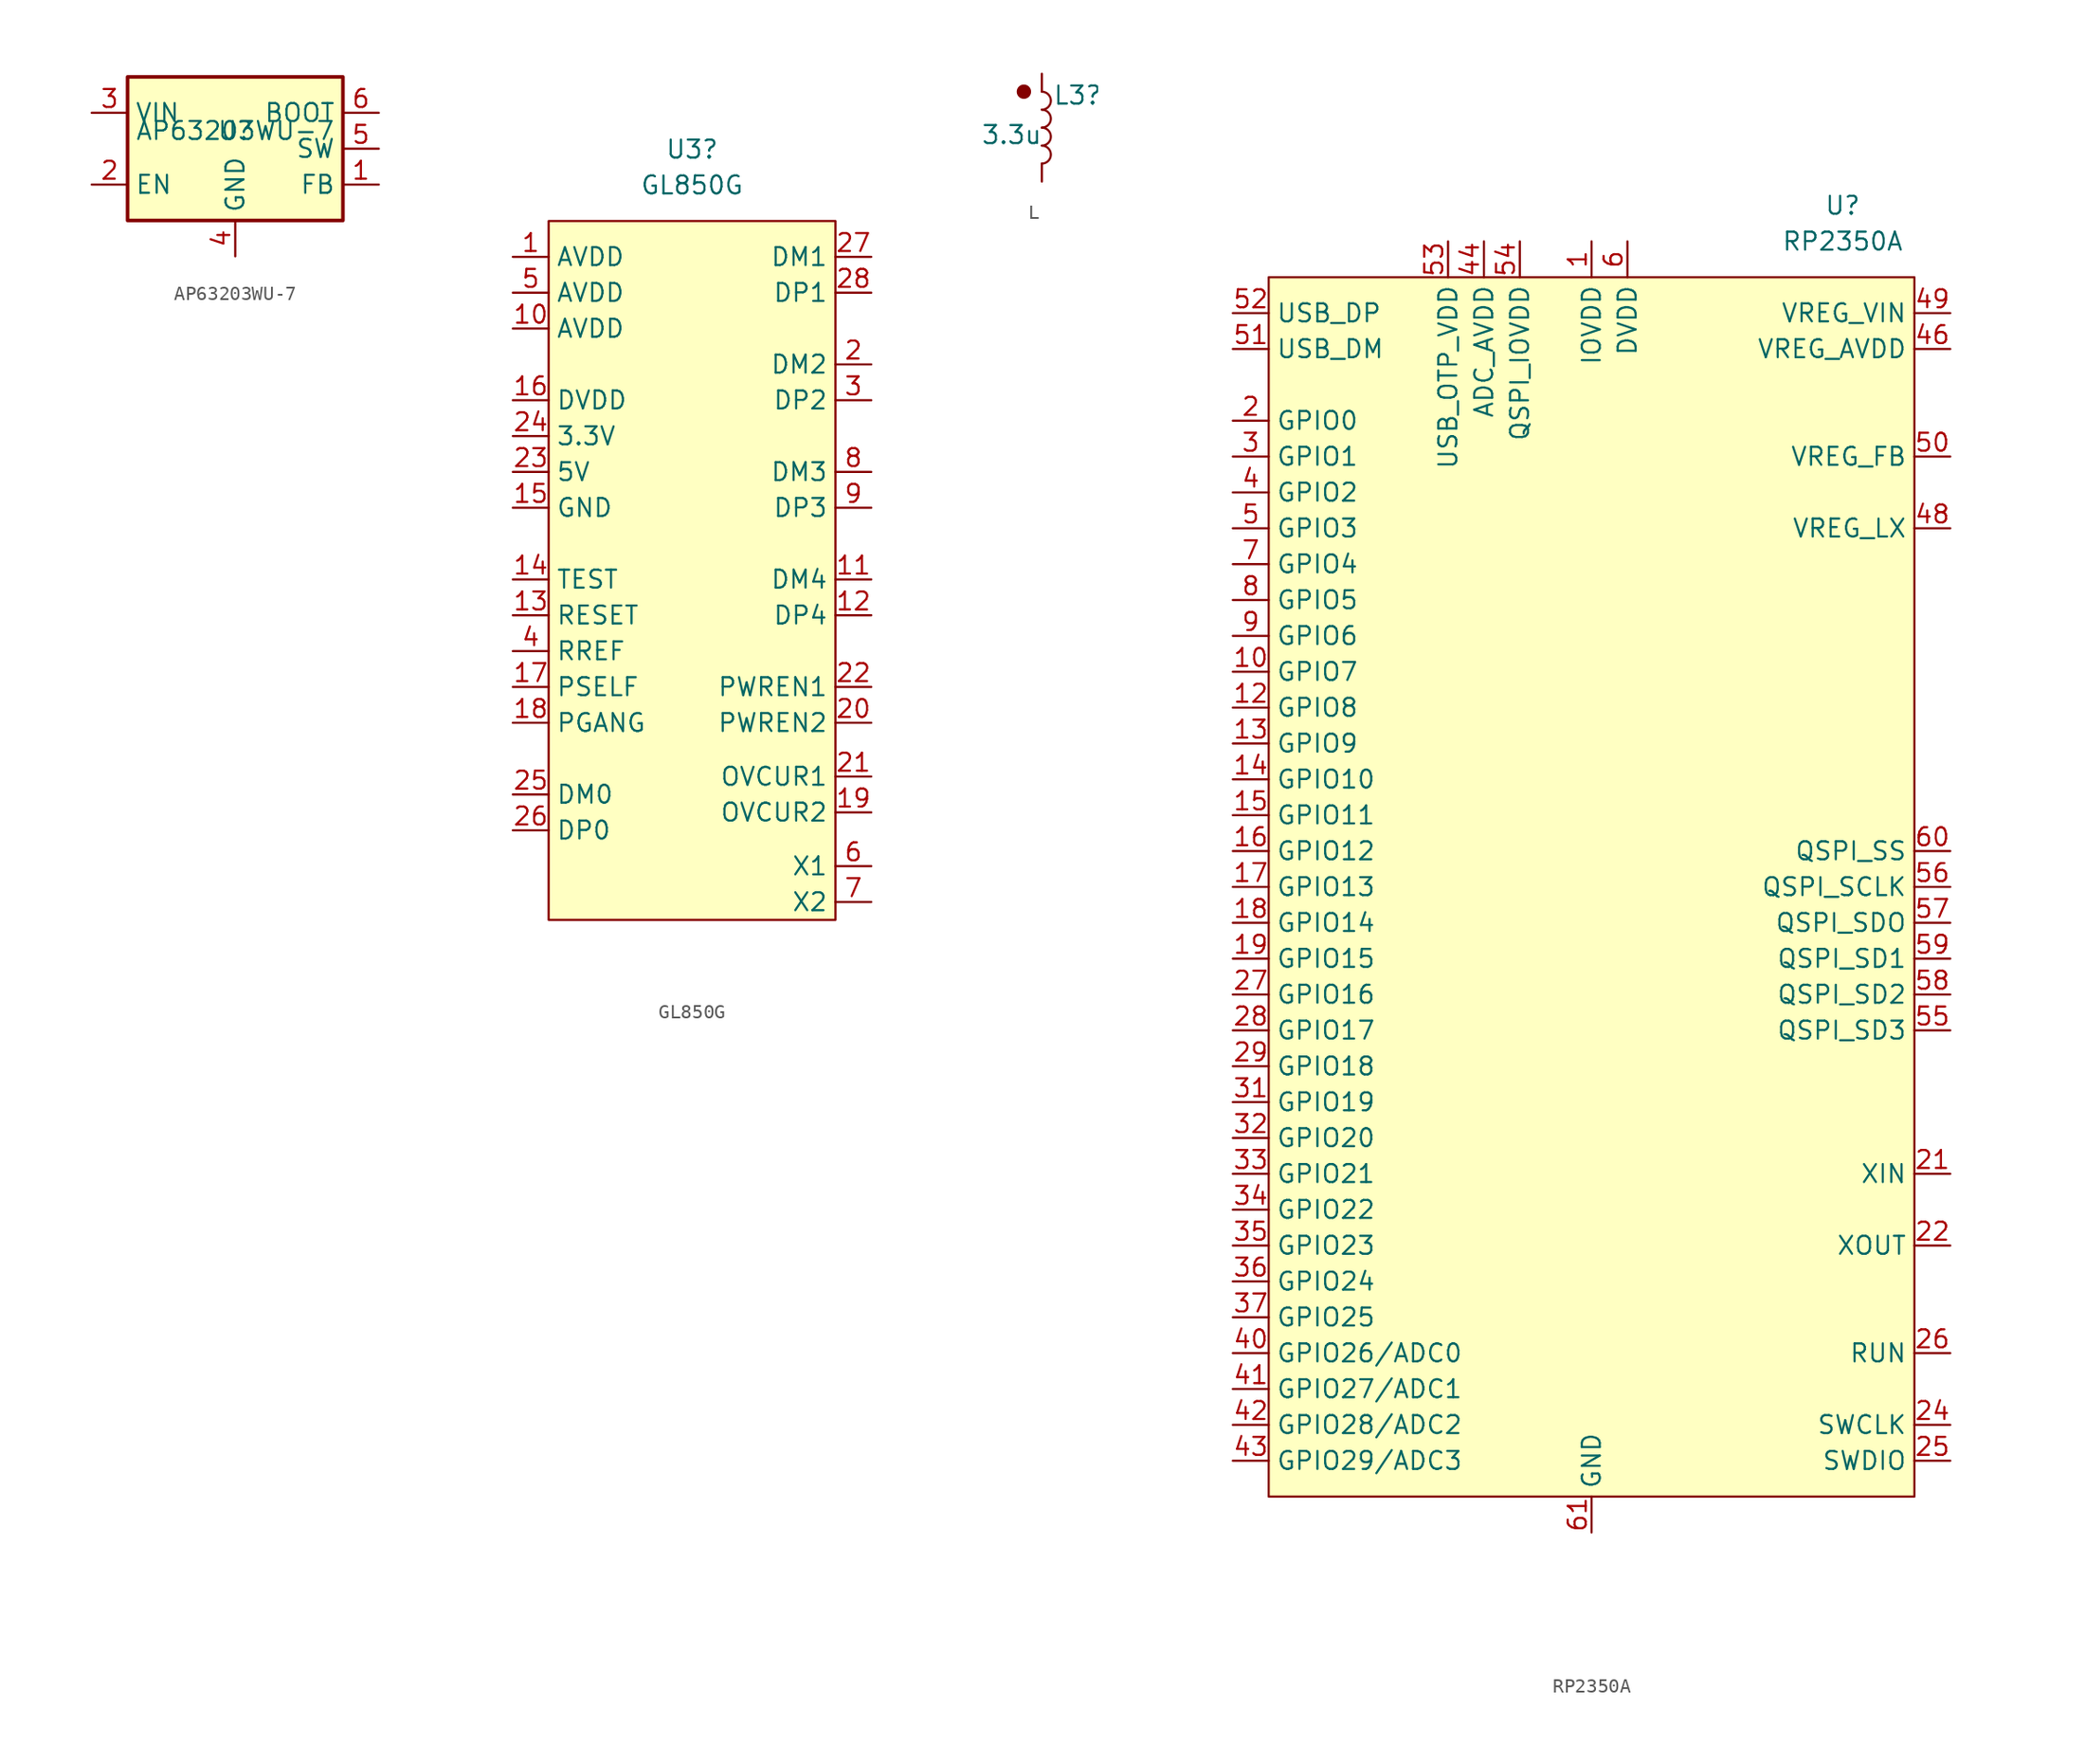
<source format=kicad_sym>
(kicad_symbol_lib
  (version 20241209)
  (generator "kicad_symbol_editor")
  (generator_version "9.0")
  (symbol "AP63203WU-7"
    (property "Reference" "U"
      (at 0 0 0)
      (effects (font (size 1.27 1.27))))
    (property "Value" "AP63203WU-7"
      (at 0 0 0)
      (effects (font (size 1.27 1.27))))
    (symbol "AP63203WU-7_0_1"
      (rectangle (start -7.62 3.81) (end 7.62 -6.35) (stroke (width 0.254) (type default)) (fill (type background))))
    (symbol "AP63203WU-7_1_1"
      (pin power_in line (at -10.16 1.27 0) (length 2.54) (name "VIN" (effects (font (size 1.27 1.27)))) (number "3" (effects (font (size 1.27 1.27)))))
      (pin input line (at -10.16 -3.81 0) (length 2.54) (name "EN" (effects (font (size 1.27 1.27)))) (number "2" (effects (font (size 1.27 1.27)))))
      (pin power_in line (at 0 -8.89 90) (length 2.54) (name "GND" (effects (font (size 1.27 1.27)))) (number "4" (effects (font (size 1.27 1.27)))))
      (pin passive line (at 10.16 1.27 180) (length 2.54) (name "BOOT" (effects (font (size 1.27 1.27)))) (number "6" (effects (font (size 1.27 1.27)))))
      (pin power_out line (at 10.16 -1.27 180) (length 2.54) (name "SW" (effects (font (size 1.27 1.27)))) (number "5" (effects (font (size 1.27 1.27)))))
      (pin input line (at 10.16 -3.81 180) (length 2.54) (name "FB" (effects (font (size 1.27 1.27)))) (number "1" (effects (font (size 1.27 1.27)))))))
  (symbol "GL850G"
    (property "Reference" "U3"
      (at 0 29.21 0)
      (effects (font (size 1.27 1.27))))
    (property "Value" "GL850G"
      (at 0 26.67 0)
      (effects (font (size 1.27 1.27))))
    (property "Description" ""
      (at 0 0 0)
      (effects (font (size 1.27 1.27))))
    (symbol "GL850G_1_1"
      (rectangle (start -10.16 24.13) (end 10.16 -25.4) (stroke (width 0) (type default)) (fill (type background)))
      (pin input line (at -12.7 21.59 0) (length 2.54) (name "AVDD" (effects (font (size 1.27 1.27)))) (number "1" (effects (font (size 1.27 1.27)))))
      (pin input line (at -12.7 19.05 0) (length 2.54) (name "AVDD" (effects (font (size 1.27 1.27)))) (number "5" (effects (font (size 1.27 1.27)))))
      (pin input line (at -12.7 16.51 0) (length 2.54) (name "AVDD" (effects (font (size 1.27 1.27)))) (number "10" (effects (font (size 1.27 1.27)))))
      (pin input line (at -12.7 11.43 0) (length 2.54) (name "DVDD" (effects (font (size 1.27 1.27)))) (number "16" (effects (font (size 1.27 1.27)))))
      (pin input line (at -12.7 8.89 0) (length 2.54) (name "3.3V" (effects (font (size 1.27 1.27)))) (number "24" (effects (font (size 1.27 1.27)))))
      (pin input line (at -12.7 6.35 0) (length 2.54) (name "5V" (effects (font (size 1.27 1.27)))) (number "23" (effects (font (size 1.27 1.27)))))
      (pin input line (at -12.7 3.81 0) (length 2.54) (name "GND" (effects (font (size 1.27 1.27)))) (number "15" (effects (font (size 1.27 1.27)))))
      (pin input line (at -12.7 -1.27 0) (length 2.54) (name "TEST" (effects (font (size 1.27 1.27)))) (number "14" (effects (font (size 1.27 1.27)))))
      (pin input line (at -12.7 -3.81 0) (length 2.54) (name "RESET" (effects (font (size 1.27 1.27)))) (number "13" (effects (font (size 1.27 1.27)))))
      (pin input line (at -12.7 -6.35 0) (length 2.54) (name "RREF" (effects (font (size 1.27 1.27)))) (number "4" (effects (font (size 1.27 1.27)))))
      (pin input line (at -12.7 -8.89 0) (length 2.54) (name "PSELF" (effects (font (size 1.27 1.27)))) (number "17" (effects (font (size 1.27 1.27)))))
      (pin input line (at -12.7 -11.43 0) (length 2.54) (name "PGANG" (effects (font (size 1.27 1.27)))) (number "18" (effects (font (size 1.27 1.27)))))
      (pin input line (at -12.7 -16.51 0) (length 2.54) (name "DM0" (effects (font (size 1.27 1.27)))) (number "25" (effects (font (size 1.27 1.27)))))
      (pin input line (at -12.7 -19.05 0) (length 2.54) (name "DP0" (effects (font (size 1.27 1.27)))) (number "26" (effects (font (size 1.27 1.27)))))
      (pin input line (at 12.7 21.59 180) (length 2.54) (name "DM1" (effects (font (size 1.27 1.27)))) (number "27" (effects (font (size 1.27 1.27)))))
      (pin input line (at 12.7 19.05 180) (length 2.54) (name "DP1" (effects (font (size 1.27 1.27)))) (number "28" (effects (font (size 1.27 1.27)))))
      (pin input line (at 12.7 13.97 180) (length 2.54) (name "DM2" (effects (font (size 1.27 1.27)))) (number "2" (effects (font (size 1.27 1.27)))))
      (pin input line (at 12.7 11.43 180) (length 2.54) (name "DP2" (effects (font (size 1.27 1.27)))) (number "3" (effects (font (size 1.27 1.27)))))
      (pin input line (at 12.7 6.35 180) (length 2.54) (name "DM3" (effects (font (size 1.27 1.27)))) (number "8" (effects (font (size 1.27 1.27)))))
      (pin input line (at 12.7 3.81 180) (length 2.54) (name "DP3" (effects (font (size 1.27 1.27)))) (number "9" (effects (font (size 1.27 1.27)))))
      (pin input line (at 12.7 -1.27 180) (length 2.54) (name "DM4" (effects (font (size 1.27 1.27)))) (number "11" (effects (font (size 1.27 1.27)))))
      (pin input line (at 12.7 -3.81 180) (length 2.54) (name "DP4" (effects (font (size 1.27 1.27)))) (number "12" (effects (font (size 1.27 1.27)))))
      (pin input line (at 12.7 -8.89 180) (length 2.54) (name "PWREN1" (effects (font (size 1.27 1.27)))) (number "22" (effects (font (size 1.27 1.27)))))
      (pin input line (at 12.7 -11.43 180) (length 2.54) (name "PWREN2" (effects (font (size 1.27 1.27)))) (number "20" (effects (font (size 1.27 1.27)))))
      (pin input line (at 12.7 -15.24 180) (length 2.54) (name "OVCUR1" (effects (font (size 1.27 1.27)))) (number "21" (effects (font (size 1.27 1.27)))))
      (pin input line (at 12.7 -17.78 180) (length 2.54) (name "OVCUR2" (effects (font (size 1.27 1.27)))) (number "19" (effects (font (size 1.27 1.27)))))
      (pin input line (at 12.7 -21.59 180) (length 2.54) (name "X1" (effects (font (size 1.27 1.27)))) (number "6" (effects (font (size 1.27 1.27)))))
      (pin input line (at 12.7 -24.13 180) (length 2.54) (name "X2" (effects (font (size 1.27 1.27)))) (number "7" (effects (font (size 1.27 1.27)))))))
  (symbol "L"
    (pin_numbers
      (hide yes))
    (pin_names
      (offset 1.016)
      (hide yes))
    (property "Reference" "L3"
      (at 0.762 2.286 0)
      (effects (font (size 1.27 1.27)) (justify left)))
    (property "Value" "3.3u"
      (at -4.318 -0.508 0)
      (effects (font (size 1.27 1.27)) (justify left)))
    (symbol "L_0_1"
      (circle (center -1.27 2.54) (radius 0.254) (stroke (width 0.508) (type default)) (fill (type none)))
      (arc (start 0 2.54) (mid 0.6323 1.905) (end 0 1.27) (stroke (width 0) (type default)) (fill (type none)))
      (arc (start 0 1.27) (mid 0.6323 0.635) (end 0 0) (stroke (width 0) (type default)) (fill (type none)))
      (arc (start 0 0) (mid 0.6323 -0.635) (end 0 -1.27) (stroke (width 0) (type default)) (fill (type none)))
      (arc (start 0 -1.27) (mid 0.6323 -1.905) (end 0 -2.54) (stroke (width 0) (type default)) (fill (type none))))
    (symbol "L_1_1"
      (pin passive line (at 0 3.81 270) (length 1.27) (name "1" (effects (font (size 1.27 1.27)))) (number "1" (effects (font (size 1.27 1.27)))))
      (pin passive line (at 0 -3.81 90) (length 1.27) (name "2" (effects (font (size 1.27 1.27)))) (number "2" (effects (font (size 1.27 1.27)))))))
  (symbol "RP2350A"
    (property "Reference" "U"
      (at 17.78 48.26 0)
      (effects (font (size 1.27 1.27))))
    (property "Value" "RP2350A"
      (at 17.78 45.72 0)
      (effects (font (size 1.27 1.27))))
    (symbol "RP2350A_0_0"
      (pin bidirectional line (at -25.4 40.64 0) (length 2.54) (name "USB_DP" (effects (font (size 1.27 1.27)))) (number "52" (effects (font (size 1.27 1.27)))))
      (pin bidirectional line (at -25.4 38.1 0) (length 2.54) (name "USB_DM" (effects (font (size 1.27 1.27)))) (number "51" (effects (font (size 1.27 1.27)))))
      (pin bidirectional line (at -25.4 33.02 0) (length 2.54) (name "GPIO0" (effects (font (size 1.27 1.27)))) (number "2" (effects (font (size 1.27 1.27)))))
      (pin bidirectional line (at -25.4 30.48 0) (length 2.54) (name "GPIO1" (effects (font (size 1.27 1.27)))) (number "3" (effects (font (size 1.27 1.27)))))
      (pin bidirectional line (at -25.4 27.94 0) (length 2.54) (name "GPIO2" (effects (font (size 1.27 1.27)))) (number "4" (effects (font (size 1.27 1.27)))))
      (pin bidirectional line (at -25.4 25.4 0) (length 2.54) (name "GPIO3" (effects (font (size 1.27 1.27)))) (number "5" (effects (font (size 1.27 1.27)))))
      (pin bidirectional line (at -25.4 22.86 0) (length 2.54) (name "GPIO4" (effects (font (size 1.27 1.27)))) (number "7" (effects (font (size 1.27 1.27)))))
      (pin bidirectional line (at -25.4 20.32 0) (length 2.54) (name "GPIO5" (effects (font (size 1.27 1.27)))) (number "8" (effects (font (size 1.27 1.27)))))
      (pin bidirectional line (at -25.4 17.78 0) (length 2.54) (name "GPIO6" (effects (font (size 1.27 1.27)))) (number "9" (effects (font (size 1.27 1.27)))))
      (pin bidirectional line (at -25.4 15.24 0) (length 2.54) (name "GPIO7" (effects (font (size 1.27 1.27)))) (number "10" (effects (font (size 1.27 1.27)))))
      (pin bidirectional line (at -25.4 12.7 0) (length 2.54) (name "GPIO8" (effects (font (size 1.27 1.27)))) (number "12" (effects (font (size 1.27 1.27)))))
      (pin bidirectional line (at -25.4 10.16 0) (length 2.54) (name "GPIO9" (effects (font (size 1.27 1.27)))) (number "13" (effects (font (size 1.27 1.27)))))
      (pin bidirectional line (at -25.4 7.62 0) (length 2.54) (name "GPIO10" (effects (font (size 1.27 1.27)))) (number "14" (effects (font (size 1.27 1.27)))))
      (pin bidirectional line (at -25.4 5.08 0) (length 2.54) (name "GPIO11" (effects (font (size 1.27 1.27)))) (number "15" (effects (font (size 1.27 1.27)))))
      (pin bidirectional line (at -25.4 2.54 0) (length 2.54) (name "GPIO12" (effects (font (size 1.27 1.27)))) (number "16" (effects (font (size 1.27 1.27)))))
      (pin bidirectional line (at -25.4 0 0) (length 2.54) (name "GPIO13" (effects (font (size 1.27 1.27)))) (number "17" (effects (font (size 1.27 1.27)))))
      (pin bidirectional line (at -25.4 -2.54 0) (length 2.54) (name "GPIO14" (effects (font (size 1.27 1.27)))) (number "18" (effects (font (size 1.27 1.27)))))
      (pin bidirectional line (at -25.4 -5.08 0) (length 2.54) (name "GPIO15" (effects (font (size 1.27 1.27)))) (number "19" (effects (font (size 1.27 1.27)))))
      (pin bidirectional line (at -25.4 -7.62 0) (length 2.54) (name "GPIO16" (effects (font (size 1.27 1.27)))) (number "27" (effects (font (size 1.27 1.27)))))
      (pin bidirectional line (at -25.4 -10.16 0) (length 2.54) (name "GPIO17" (effects (font (size 1.27 1.27)))) (number "28" (effects (font (size 1.27 1.27)))))
      (pin bidirectional line (at -25.4 -12.7 0) (length 2.54) (name "GPIO18" (effects (font (size 1.27 1.27)))) (number "29" (effects (font (size 1.27 1.27)))))
      (pin bidirectional line (at -25.4 -15.24 0) (length 2.54) (name "GPIO19" (effects (font (size 1.27 1.27)))) (number "31" (effects (font (size 1.27 1.27)))))
      (pin bidirectional line (at -25.4 -17.78 0) (length 2.54) (name "GPIO20" (effects (font (size 1.27 1.27)))) (number "32" (effects (font (size 1.27 1.27)))))
      (pin bidirectional line (at -25.4 -20.32 0) (length 2.54) (name "GPIO21" (effects (font (size 1.27 1.27)))) (number "33" (effects (font (size 1.27 1.27)))))
      (pin bidirectional line (at -25.4 -22.86 0) (length 2.54) (name "GPIO22" (effects (font (size 1.27 1.27)))) (number "34" (effects (font (size 1.27 1.27)))))
      (pin bidirectional line (at -25.4 -25.4 0) (length 2.54) (name "GPIO23" (effects (font (size 1.27 1.27)))) (number "35" (effects (font (size 1.27 1.27)))))
      (pin bidirectional line (at -25.4 -27.94 0) (length 2.54) (name "GPIO24" (effects (font (size 1.27 1.27)))) (number "36" (effects (font (size 1.27 1.27)))))
      (pin bidirectional line (at -25.4 -30.48 0) (length 2.54) (name "GPIO25" (effects (font (size 1.27 1.27)))) (number "37" (effects (font (size 1.27 1.27)))))
      (pin bidirectional line (at -25.4 -33.02 0) (length 2.54) (name "GPIO26/ADC0" (effects (font (size 1.27 1.27)))) (number "40" (effects (font (size 1.27 1.27)))))
      (pin bidirectional line (at -25.4 -35.56 0) (length 2.54) (name "GPIO27/ADC1" (effects (font (size 1.27 1.27)))) (number "41" (effects (font (size 1.27 1.27)))))
      (pin bidirectional line (at -25.4 -38.1 0) (length 2.54) (name "GPIO28/ADC2" (effects (font (size 1.27 1.27)))) (number "42" (effects (font (size 1.27 1.27)))))
      (pin bidirectional line (at -25.4 -40.64 0) (length 2.54) (name "GPIO29/ADC3" (effects (font (size 1.27 1.27)))) (number "43" (effects (font (size 1.27 1.27)))))
      (pin power_in line (at -10.16 45.72 270) (length 2.54) (name "USB_OTP_VDD" (effects (font (size 1.27 1.27)))) (number "53" (effects (font (size 1.27 1.27)))))
      (pin power_in line (at -7.62 45.72 270) (length 2.54) (name "ADC_AVDD" (effects (font (size 1.27 1.27)))) (number "44" (effects (font (size 1.27 1.27)))))
      (pin power_in line (at -5.08 45.72 270) (length 2.54) (name "QSPI_IOVDD" (effects (font (size 1.27 1.27)))) (number "54" (effects (font (size 1.27 1.27)))))
      (pin power_in line (at 0 45.72 270) (length 2.54) (name "IOVDD" (effects (font (size 1.27 1.27)))) (number "1" (effects (font (size 1.27 1.27)))))
      (pin passive line (at 0 45.72 270) (length 2.54) (hide yes) (name "IOVDD" (effects (font (size 1.27 1.27)))) (number "11" (effects (font (size 1.27 1.27)))))
      (pin passive line (at 0 45.72 270) (length 2.54) (hide yes) (name "IOVDD" (effects (font (size 1.27 1.27)))) (number "20" (effects (font (size 1.27 1.27)))))
      (pin passive line (at 0 45.72 270) (length 2.54) (hide yes) (name "IOVDD" (effects (font (size 1.27 1.27)))) (number "30" (effects (font (size 1.27 1.27)))))
      (pin passive line (at 0 45.72 270) (length 2.54) (hide yes) (name "IOVDD" (effects (font (size 1.27 1.27)))) (number "38" (effects (font (size 1.27 1.27)))))
      (pin passive line (at 0 45.72 270) (length 2.54) (hide yes) (name "IOVDD" (effects (font (size 1.27 1.27)))) (number "45" (effects (font (size 1.27 1.27)))))
      (pin passive line (at 2.54 45.72 270) (length 2.54) (hide yes) (name "DVDD" (effects (font (size 1.27 1.27)))) (number "23" (effects (font (size 1.27 1.27)))))
      (pin passive line (at 2.54 45.72 270) (length 2.54) (hide yes) (name "DVDD" (effects (font (size 1.27 1.27)))) (number "39" (effects (font (size 1.27 1.27)))))
      (pin power_in line (at 2.54 45.72 270) (length 2.54) (name "DVDD" (effects (font (size 1.27 1.27)))) (number "6" (effects (font (size 1.27 1.27)))))
      (pin power_in line (at 25.4 40.64 180) (length 2.54) (name "VREG_VIN" (effects (font (size 1.27 1.27)))) (number "49" (effects (font (size 1.27 1.27)))))
      (pin power_in line (at 25.4 38.1 180) (length 2.54) (name "VREG_AVDD" (effects (font (size 1.27 1.27)))) (number "46" (effects (font (size 1.27 1.27)))))
      (pin passive line (at 25.4 30.48 180) (length 2.54) (name "VREG_FB" (effects (font (size 1.27 1.27)))) (number "50" (effects (font (size 1.27 1.27)))))
      (pin passive line (at 25.4 25.4 180) (length 2.54) (name "VREG_LX" (effects (font (size 1.27 1.27)))) (number "48" (effects (font (size 1.27 1.27)))))
      (pin unspecified line (at 25.4 2.54 180) (length 2.54) (name "QSPI_SS" (effects (font (size 1.27 1.27)))) (number "60" (effects (font (size 1.27 1.27)))))
      (pin unspecified line (at 25.4 0 180) (length 2.54) (name "QSPI_SCLK" (effects (font (size 1.27 1.27)))) (number "56" (effects (font (size 1.27 1.27)))))
      (pin unspecified line (at 25.4 -2.54 180) (length 2.54) (name "QSPI_SDO" (effects (font (size 1.27 1.27)))) (number "57" (effects (font (size 1.27 1.27)))))
      (pin unspecified line (at 25.4 -5.08 180) (length 2.54) (name "QSPI_SD1" (effects (font (size 1.27 1.27)))) (number "59" (effects (font (size 1.27 1.27)))))
      (pin unspecified line (at 25.4 -7.62 180) (length 2.54) (name "QSPI_SD2" (effects (font (size 1.27 1.27)))) (number "58" (effects (font (size 1.27 1.27)))))
      (pin unspecified line (at 25.4 -10.16 180) (length 2.54) (name "QSPI_SD3" (effects (font (size 1.27 1.27)))) (number "55" (effects (font (size 1.27 1.27)))))
      (pin input line (at 25.4 -20.32 180) (length 2.54) (name "XIN" (effects (font (size 1.27 1.27)))) (number "21" (effects (font (size 1.27 1.27)))))
      (pin output line (at 25.4 -25.4 180) (length 2.54) (name "XOUT" (effects (font (size 1.27 1.27)))) (number "22" (effects (font (size 1.27 1.27)))))
      (pin input line (at 25.4 -33.02 180) (length 2.54) (name "RUN" (effects (font (size 1.27 1.27)))) (number "26" (effects (font (size 1.27 1.27)))))
      (pin input line (at 25.4 -38.1 180) (length 2.54) (name "SWCLK" (effects (font (size 1.27 1.27)))) (number "24" (effects (font (size 1.27 1.27)))))
      (pin bidirectional line (at 25.4 -40.64 180) (length 2.54) (name "SWDIO" (effects (font (size 1.27 1.27)))) (number "25" (effects (font (size 1.27 1.27))))))
    (symbol "RP2350A_1_0"
      (pin passive line (at 0 -45.72 90) (length 2.54) (hide yes) (name "VREG_PGND" (effects (font (size 1.27 1.27)))) (number "47" (effects (font (size 1.27 1.27)))))
      (pin power_in line (at 0 -45.72 90) (length 2.54) (name "GND" (effects (font (size 1.27 1.27)))) (number "61" (effects (font (size 1.27 1.27))))))
    (symbol "RP2350A_1_1"
      (rectangle (start -22.86 43.18) (end 22.86 -43.18) (stroke (width 0) (type default)) (fill (type background))))))
</source>
